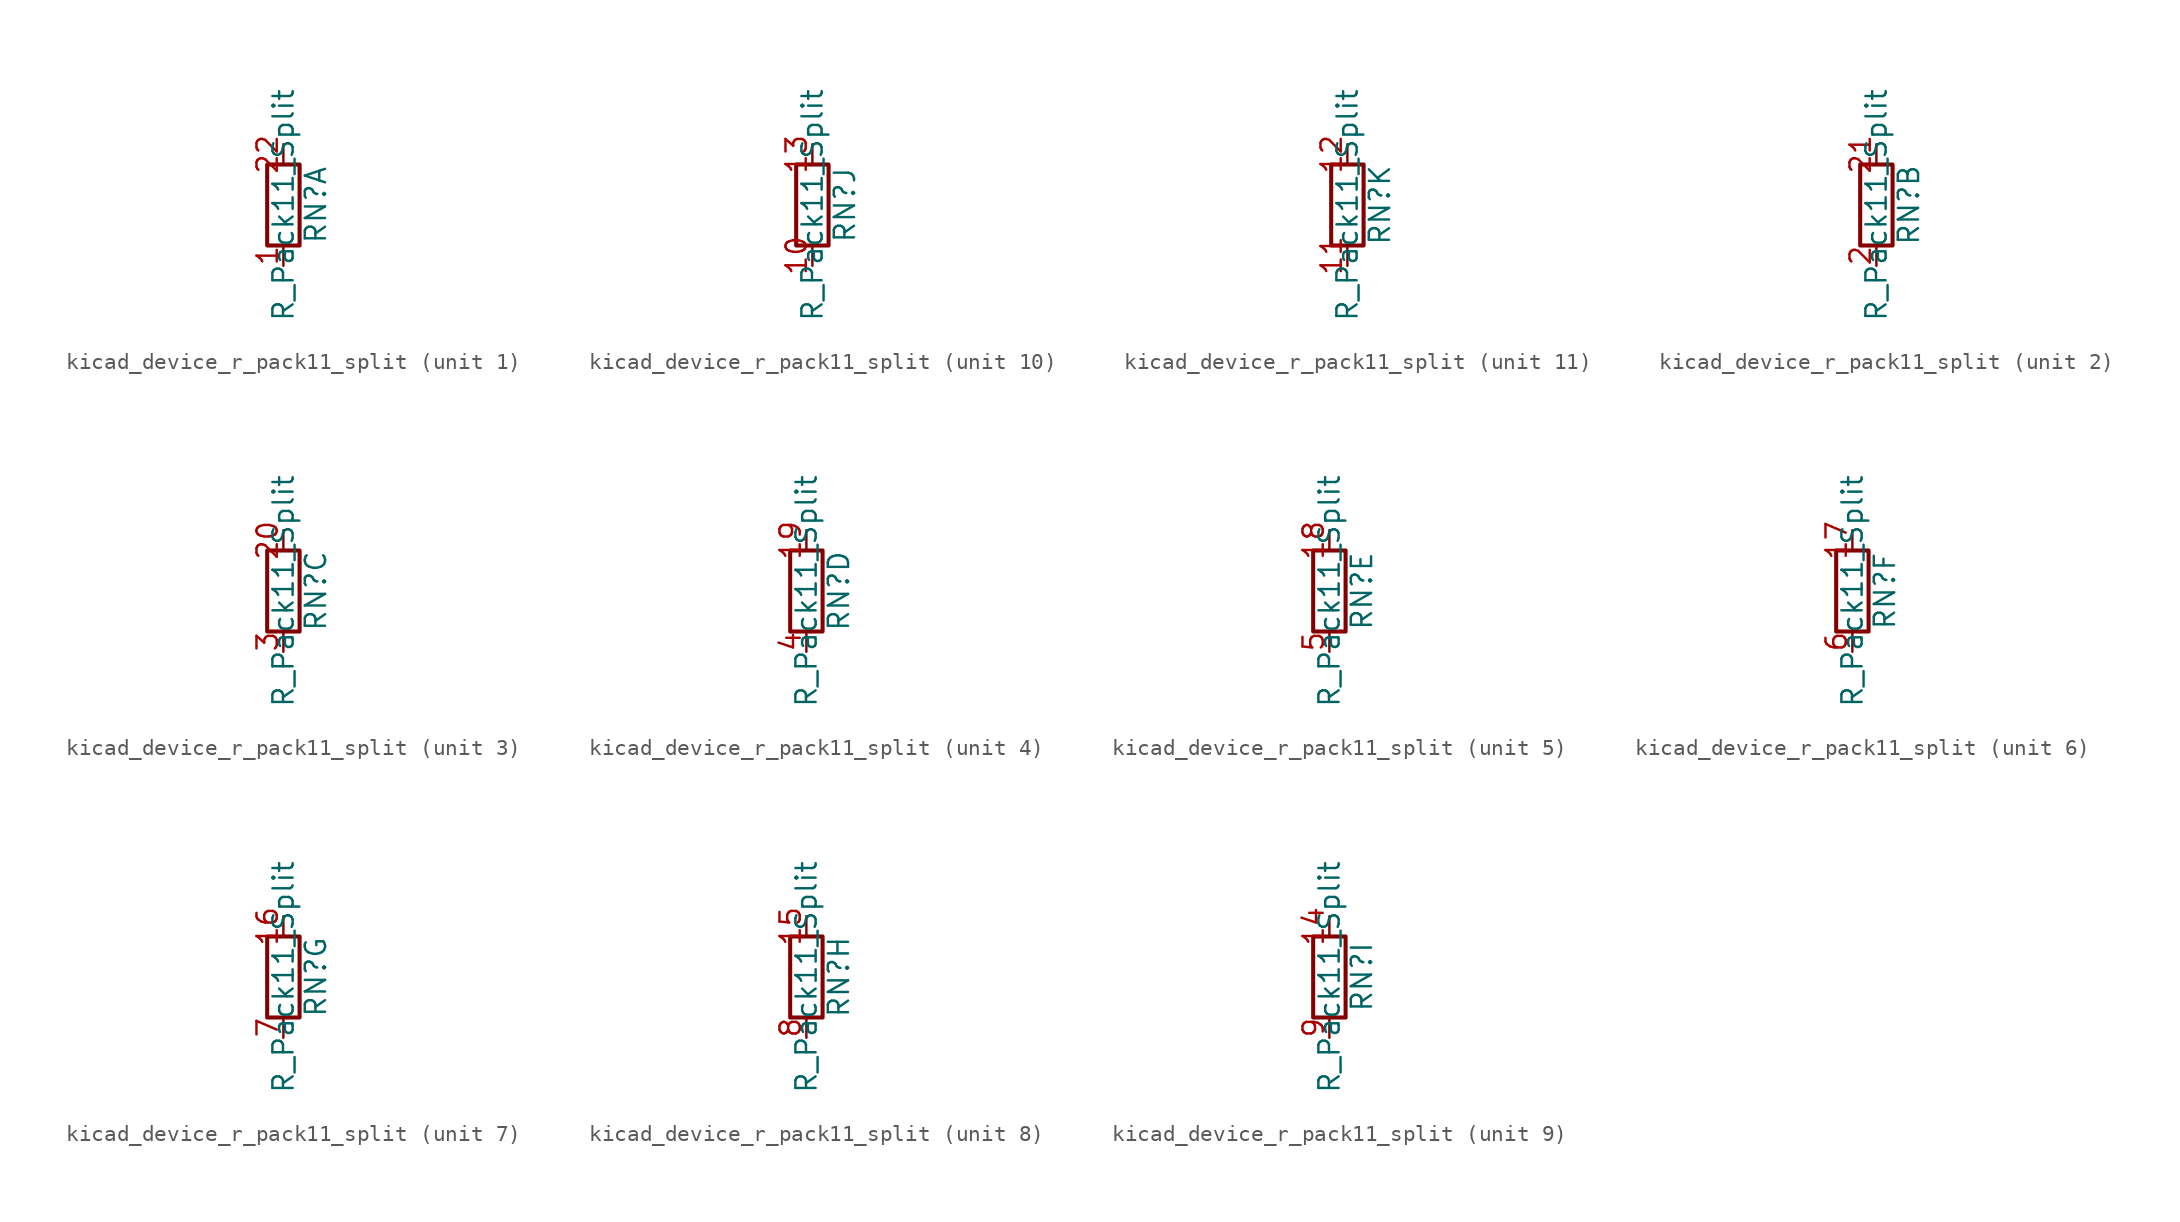
<source format=kicad_sym>
(kicad_symbol_lib
  (version 20220914)
  (generator kicad_symbol_editor)
  (symbol "kicad_device_r_pack11_split"
    (pin_names
      (offset 0) hide)
    (property "Reference" "RN"
      (at 2.032 0 90)
      (effects (font (size 1.27 1.27))))
    (property "Value" "R_Pack11_Split"
      (at 0 0 90)
      (effects (font (size 1.27 1.27))))
    (symbol "kicad_device_r_pack11_split_0_1"
      (rectangle (start 1.016 2.54) (end -1.016 -2.54) (stroke (width 0.254) (type default)) (fill (type none))))
    (symbol "kicad_device_r_pack11_split_1_1"
      (pin passive line (at 0 -3.81 90) (length 1.27) (name "R1.1" (effects (font (size 1.27 1.27)))) (number "1" (effects (font (size 1.27 1.27)))))
      (pin passive line (at 0 3.81 270) (length 1.27) (name "R1.2" (effects (font (size 1.27 1.27)))) (number "22" (effects (font (size 1.27 1.27))))))
    (symbol "kicad_device_r_pack11_split_2_1"
      (pin passive line (at 0 -3.81 90) (length 1.27) (name "R2.1" (effects (font (size 1.27 1.27)))) (number "2" (effects (font (size 1.27 1.27)))))
      (pin passive line (at 0 3.81 270) (length 1.27) (name "R2.2" (effects (font (size 1.27 1.27)))) (number "21" (effects (font (size 1.27 1.27))))))
    (symbol "kicad_device_r_pack11_split_3_1"
      (pin passive line (at 0 3.81 270) (length 1.27) (name "R3.2" (effects (font (size 1.27 1.27)))) (number "20" (effects (font (size 1.27 1.27)))))
      (pin passive line (at 0 -3.81 90) (length 1.27) (name "R3.1" (effects (font (size 1.27 1.27)))) (number "3" (effects (font (size 1.27 1.27))))))
    (symbol "kicad_device_r_pack11_split_4_1"
      (pin passive line (at 0 3.81 270) (length 1.27) (name "R4.2" (effects (font (size 1.27 1.27)))) (number "19" (effects (font (size 1.27 1.27)))))
      (pin passive line (at 0 -3.81 90) (length 1.27) (name "R4.1" (effects (font (size 1.27 1.27)))) (number "4" (effects (font (size 1.27 1.27))))))
    (symbol "kicad_device_r_pack11_split_5_1"
      (pin passive line (at 0 3.81 270) (length 1.27) (name "R5.2" (effects (font (size 1.27 1.27)))) (number "18" (effects (font (size 1.27 1.27)))))
      (pin passive line (at 0 -3.81 90) (length 1.27) (name "R5.1" (effects (font (size 1.27 1.27)))) (number "5" (effects (font (size 1.27 1.27))))))
    (symbol "kicad_device_r_pack11_split_6_1"
      (pin passive line (at 0 3.81 270) (length 1.27) (name "R6.2" (effects (font (size 1.27 1.27)))) (number "17" (effects (font (size 1.27 1.27)))))
      (pin passive line (at 0 -3.81 90) (length 1.27) (name "R6.1" (effects (font (size 1.27 1.27)))) (number "6" (effects (font (size 1.27 1.27))))))
    (symbol "kicad_device_r_pack11_split_7_1"
      (pin passive line (at 0 3.81 270) (length 1.27) (name "R7.2" (effects (font (size 1.27 1.27)))) (number "16" (effects (font (size 1.27 1.27)))))
      (pin passive line (at 0 -3.81 90) (length 1.27) (name "R7.1" (effects (font (size 1.27 1.27)))) (number "7" (effects (font (size 1.27 1.27))))))
    (symbol "kicad_device_r_pack11_split_8_1"
      (pin passive line (at 0 3.81 270) (length 1.27) (name "R8.2" (effects (font (size 1.27 1.27)))) (number "15" (effects (font (size 1.27 1.27)))))
      (pin passive line (at 0 -3.81 90) (length 1.27) (name "R8.1" (effects (font (size 1.27 1.27)))) (number "8" (effects (font (size 1.27 1.27))))))
    (symbol "kicad_device_r_pack11_split_9_1"
      (pin passive line (at 0 3.81 270) (length 1.27) (name "R9.2" (effects (font (size 1.27 1.27)))) (number "14" (effects (font (size 1.27 1.27)))))
      (pin passive line (at 0 -3.81 90) (length 1.27) (name "R9.1" (effects (font (size 1.27 1.27)))) (number "9" (effects (font (size 1.27 1.27))))))
    (symbol "kicad_device_r_pack11_split_10_1"
      (pin passive line (at 0 -3.81 90) (length 1.27) (name "R10.1" (effects (font (size 1.27 1.27)))) (number "10" (effects (font (size 1.27 1.27)))))
      (pin passive line (at 0 3.81 270) (length 1.27) (name "R10.2" (effects (font (size 1.27 1.27)))) (number "13" (effects (font (size 1.27 1.27))))))
    (symbol "kicad_device_r_pack11_split_11_1"
      (pin passive line (at 0 -3.81 90) (length 1.27) (name "R11.1" (effects (font (size 1.27 1.27)))) (number "11" (effects (font (size 1.27 1.27)))))
      (pin passive line (at 0 3.81 270) (length 1.27) (name "R11.2" (effects (font (size 1.27 1.27)))) (number "12" (effects (font (size 1.27 1.27))))))))
</source>
